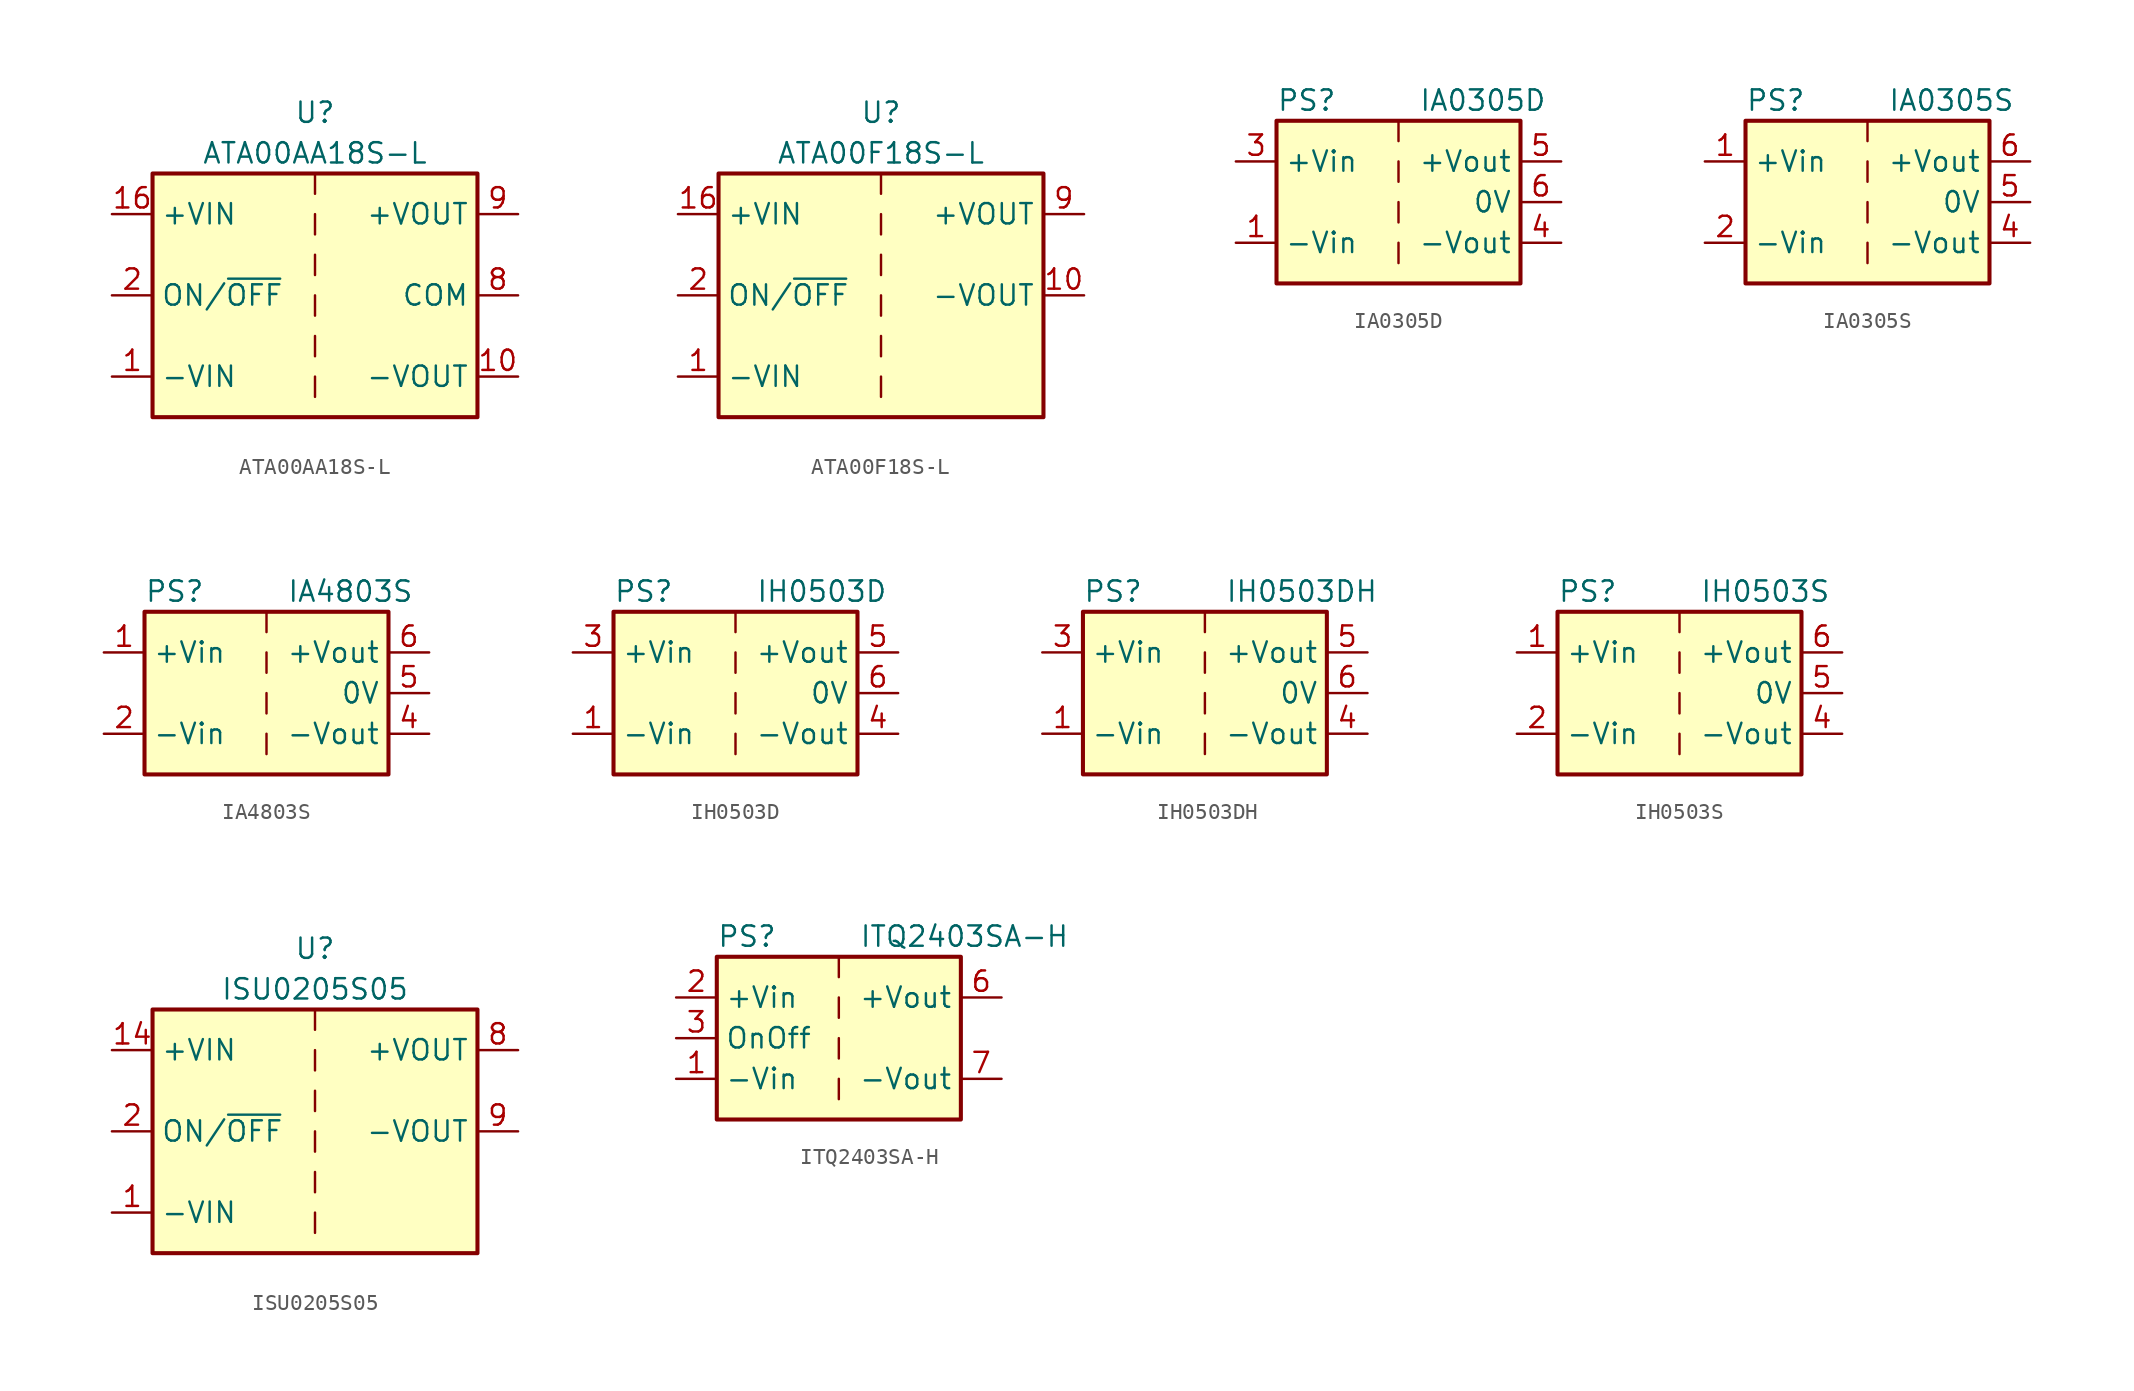
<source format=kicad_sym>
(kicad_symbol_lib
  (version 20200908)
  (generator kicad_symbol_editor)
  (symbol "Converter_DCDC:ATA00AA18S-L"
    (property "Reference" "U"
      (at 0 11.43 0)
      (effects (font (size 1.27 1.27))))
    (property "Value" "ATA00AA18S-L"
      (at 0 8.89 0)
      (effects (font (size 1.27 1.27))))
    (symbol "ATA00AA18S-L_0_1"
      (rectangle (start -10.16 7.62) (end 10.16 -7.62) (stroke (width 0.254)) (fill (type background)))
      (polyline (pts (xy 0 -5.08) (xy 0 -6.35)) (stroke (width 0)) (fill (type none)))
      (polyline (pts (xy 0 -2.54) (xy 0 -3.81)) (stroke (width 0)) (fill (type none)))
      (polyline (pts (xy 0 0) (xy 0 -1.27)) (stroke (width 0)) (fill (type none)))
      (polyline (pts (xy 0 2.54) (xy 0 1.27)) (stroke (width 0)) (fill (type none)))
      (polyline (pts (xy 0 5.08) (xy 0 3.81)) (stroke (width 0)) (fill (type none)))
      (polyline (pts (xy 0 7.62) (xy 0 6.35)) (stroke (width 0)) (fill (type none))))
    (symbol "ATA00AA18S-L_1_1"
      (pin power_in line (at -12.7 -5.08 0) (length 2.54) (name "-VIN" (effects (font (size 1.27 1.27)))) (number "1" (effects (font (size 1.27 1.27)))))
      (pin power_out line (at 12.7 -5.08 180) (length 2.54) (name "-VOUT" (effects (font (size 1.27 1.27)))) (number "10" (effects (font (size 1.27 1.27)))))
      (pin power_in line (at -12.7 5.08 0) (length 2.54) (name "+VIN" (effects (font (size 1.27 1.27)))) (number "16" (effects (font (size 1.27 1.27)))))
      (pin input line (at -12.7 0 0) (length 2.54) (name "ON/~OFF" (effects (font (size 1.27 1.27)))) (number "2" (effects (font (size 1.27 1.27)))))
      (pin unconnected line (at 10.16 2.54 180) (length 2.54) hide (name "NC" (effects (font (size 1.27 1.27)))) (number "7" (effects (font (size 1.27 1.27)))))
      (pin power_out line (at 12.7 0 180) (length 2.54) (name "COM" (effects (font (size 1.27 1.27)))) (number "8" (effects (font (size 1.27 1.27)))))
      (pin power_out line (at 12.7 5.08 180) (length 2.54) (name "+VOUT" (effects (font (size 1.27 1.27)))) (number "9" (effects (font (size 1.27 1.27)))))))
  (symbol "Converter_DCDC:ATA00F18S-L"
    (property "Reference" "U"
      (at 0 11.43 0)
      (effects (font (size 1.27 1.27))))
    (property "Value" "ATA00F18S-L"
      (at 0 8.89 0)
      (effects (font (size 1.27 1.27))))
    (symbol "ATA00F18S-L_0_1"
      (rectangle (start -10.16 7.62) (end 10.16 -7.62) (stroke (width 0.254)) (fill (type background)))
      (polyline (pts (xy 0 -5.08) (xy 0 -6.35)) (stroke (width 0)) (fill (type none)))
      (polyline (pts (xy 0 -2.54) (xy 0 -3.81)) (stroke (width 0)) (fill (type none)))
      (polyline (pts (xy 0 0) (xy 0 -1.27)) (stroke (width 0)) (fill (type none)))
      (polyline (pts (xy 0 2.54) (xy 0 1.27)) (stroke (width 0)) (fill (type none)))
      (polyline (pts (xy 0 5.08) (xy 0 3.81)) (stroke (width 0)) (fill (type none)))
      (polyline (pts (xy 0 7.62) (xy 0 6.35)) (stroke (width 0)) (fill (type none))))
    (symbol "ATA00F18S-L_1_1"
      (pin power_in line (at -12.7 -5.08 0) (length 2.54) (name "-VIN" (effects (font (size 1.27 1.27)))) (number "1" (effects (font (size 1.27 1.27)))))
      (pin power_out line (at 12.7 0 180) (length 2.54) (name "-VOUT" (effects (font (size 1.27 1.27)))) (number "10" (effects (font (size 1.27 1.27)))))
      (pin power_in line (at -12.7 5.08 0) (length 2.54) (name "+VIN" (effects (font (size 1.27 1.27)))) (number "16" (effects (font (size 1.27 1.27)))))
      (pin input line (at -12.7 0 0) (length 2.54) (name "ON/~OFF" (effects (font (size 1.27 1.27)))) (number "2" (effects (font (size 1.27 1.27)))))
      (pin unconnected line (at 10.16 -2.54 180) (length 2.54) hide (name "NC" (effects (font (size 1.27 1.27)))) (number "7" (effects (font (size 1.27 1.27)))))
      (pin unconnected line (at 10.16 -5.08 180) (length 2.54) hide (name "NC" (effects (font (size 1.27 1.27)))) (number "8" (effects (font (size 1.27 1.27)))))
      (pin power_out line (at 12.7 5.08 180) (length 2.54) (name "+VOUT" (effects (font (size 1.27 1.27)))) (number "9" (effects (font (size 1.27 1.27)))))))
  (symbol "Converter_DCDC:IA0305D"
    (property "Reference" "PS"
      (at -7.62 6.35 0)
      (effects (font (size 1.27 1.27)) (justify left)))
    (property "Value" "IA0305D"
      (at 1.27 6.35 0)
      (effects (font (size 1.27 1.27)) (justify left)))
    (symbol "IA0305D_0_1"
      (rectangle (start -7.62 5.08) (end 7.62 -5.08) (stroke (width 0.254)) (fill (type background)))
      (polyline (pts (xy 0 -2.54) (xy 0 -3.81)) (stroke (width 0)) (fill (type none)))
      (polyline (pts (xy 0 0) (xy 0 -1.27)) (stroke (width 0)) (fill (type none)))
      (polyline (pts (xy 0 2.54) (xy 0 1.27)) (stroke (width 0)) (fill (type none)))
      (polyline (pts (xy 0 5.08) (xy 0 3.81)) (stroke (width 0)) (fill (type none))))
    (symbol "IA0305D_0_0"
      (pin power_in line (at -10.16 -2.54 0) (length 2.54) (name "-Vin" (effects (font (size 1.27 1.27)))) (number "1" (effects (font (size 1.27 1.27)))))
      (pin power_in line (at -10.16 2.54 0) (length 2.54) (name "+Vin" (effects (font (size 1.27 1.27)))) (number "3" (effects (font (size 1.27 1.27)))))
      (pin power_out line (at 10.16 -2.54 180) (length 2.54) (name "-Vout" (effects (font (size 1.27 1.27)))) (number "4" (effects (font (size 1.27 1.27)))))
      (pin power_out line (at 10.16 2.54 180) (length 2.54) (name "+Vout" (effects (font (size 1.27 1.27)))) (number "5" (effects (font (size 1.27 1.27)))))
      (pin power_out line (at 10.16 0 180) (length 2.54) (name "0V" (effects (font (size 1.27 1.27)))) (number "6" (effects (font (size 1.27 1.27))))))
    (symbol "IA0305D_1_1"
      (pin unconnected line (at 0 -5.08 90) (length 2.54) hide (name "NC" (effects (font (size 1.27 1.27)))) (number "2" (effects (font (size 1.27 1.27)))))))
  (symbol "Converter_DCDC:IA0305S"
    (property "Reference" "PS"
      (at -7.62 6.35 0)
      (effects (font (size 1.27 1.27)) (justify left)))
    (property "Value" "IA0305S"
      (at 1.27 6.35 0)
      (effects (font (size 1.27 1.27)) (justify left)))
    (symbol "IA0305S_0_1"
      (rectangle (start -7.62 5.08) (end 7.62 -5.08) (stroke (width 0.254)) (fill (type background)))
      (polyline (pts (xy 0 -2.54) (xy 0 -3.81)) (stroke (width 0)) (fill (type none)))
      (polyline (pts (xy 0 0) (xy 0 -1.27)) (stroke (width 0)) (fill (type none)))
      (polyline (pts (xy 0 2.54) (xy 0 1.27)) (stroke (width 0)) (fill (type none)))
      (polyline (pts (xy 0 5.08) (xy 0 3.81)) (stroke (width 0)) (fill (type none))))
    (symbol "IA0305S_0_0"
      (pin power_in line (at -10.16 2.54 0) (length 2.54) (name "+Vin" (effects (font (size 1.27 1.27)))) (number "1" (effects (font (size 1.27 1.27)))))
      (pin power_in line (at -10.16 -2.54 0) (length 2.54) (name "-Vin" (effects (font (size 1.27 1.27)))) (number "2" (effects (font (size 1.27 1.27)))))
      (pin power_out line (at 10.16 -2.54 180) (length 2.54) (name "-Vout" (effects (font (size 1.27 1.27)))) (number "4" (effects (font (size 1.27 1.27)))))
      (pin power_out line (at 10.16 0 180) (length 2.54) (name "0V" (effects (font (size 1.27 1.27)))) (number "5" (effects (font (size 1.27 1.27)))))
      (pin power_out line (at 10.16 2.54 180) (length 2.54) (name "+Vout" (effects (font (size 1.27 1.27)))) (number "6" (effects (font (size 1.27 1.27)))))))
  (symbol "Converter_DCDC:IA4803S"
    (property "Reference" "PS"
      (at -7.62 6.35 0)
      (effects (font (size 1.27 1.27)) (justify left)))
    (property "Value" "IA4803S"
      (at 1.27 6.35 0)
      (effects (font (size 1.27 1.27)) (justify left)))
    (symbol "IA4803S_0_1"
      (rectangle (start -7.62 5.08) (end 7.62 -5.08) (stroke (width 0.254)) (fill (type background)))
      (polyline (pts (xy 0 -2.54) (xy 0 -3.81)) (stroke (width 0)) (fill (type none)))
      (polyline (pts (xy 0 0) (xy 0 -1.27)) (stroke (width 0)) (fill (type none)))
      (polyline (pts (xy 0 2.54) (xy 0 1.27)) (stroke (width 0)) (fill (type none)))
      (polyline (pts (xy 0 5.08) (xy 0 3.81)) (stroke (width 0)) (fill (type none))))
    (symbol "IA4803S_0_0"
      (pin power_in line (at -10.16 2.54 0) (length 2.54) (name "+Vin" (effects (font (size 1.27 1.27)))) (number "1" (effects (font (size 1.27 1.27)))))
      (pin power_in line (at -10.16 -2.54 0) (length 2.54) (name "-Vin" (effects (font (size 1.27 1.27)))) (number "2" (effects (font (size 1.27 1.27)))))
      (pin power_out line (at 10.16 -2.54 180) (length 2.54) (name "-Vout" (effects (font (size 1.27 1.27)))) (number "4" (effects (font (size 1.27 1.27)))))
      (pin power_out line (at 10.16 0 180) (length 2.54) (name "0V" (effects (font (size 1.27 1.27)))) (number "5" (effects (font (size 1.27 1.27)))))
      (pin power_out line (at 10.16 2.54 180) (length 2.54) (name "+Vout" (effects (font (size 1.27 1.27)))) (number "6" (effects (font (size 1.27 1.27)))))))
  (symbol "Converter_DCDC:IH0503D"
    (property "Reference" "PS"
      (at -7.62 6.35 0)
      (effects (font (size 1.27 1.27)) (justify left)))
    (property "Value" "IH0503D"
      (at 1.27 6.35 0)
      (effects (font (size 1.27 1.27)) (justify left)))
    (symbol "IH0503D_0_1"
      (rectangle (start -7.62 5.08) (end 7.62 -5.08) (stroke (width 0.254)) (fill (type background)))
      (polyline (pts (xy 0 -2.54) (xy 0 -3.81)) (stroke (width 0)) (fill (type none)))
      (polyline (pts (xy 0 0) (xy 0 -1.27)) (stroke (width 0)) (fill (type none)))
      (polyline (pts (xy 0 2.54) (xy 0 1.27)) (stroke (width 0)) (fill (type none)))
      (polyline (pts (xy 0 5.08) (xy 0 3.81)) (stroke (width 0)) (fill (type none))))
    (symbol "IH0503D_0_0"
      (pin power_in line (at -10.16 -2.54 0) (length 2.54) (name "-Vin" (effects (font (size 1.27 1.27)))) (number "1" (effects (font (size 1.27 1.27)))))
      (pin power_in line (at -10.16 2.54 0) (length 2.54) (name "+Vin" (effects (font (size 1.27 1.27)))) (number "3" (effects (font (size 1.27 1.27)))))
      (pin power_out line (at 10.16 -2.54 180) (length 2.54) (name "-Vout" (effects (font (size 1.27 1.27)))) (number "4" (effects (font (size 1.27 1.27)))))
      (pin power_out line (at 10.16 2.54 180) (length 2.54) (name "+Vout" (effects (font (size 1.27 1.27)))) (number "5" (effects (font (size 1.27 1.27)))))
      (pin power_out line (at 10.16 0 180) (length 2.54) (name "0V" (effects (font (size 1.27 1.27)))) (number "6" (effects (font (size 1.27 1.27))))))
    (symbol "IH0503D_1_1"
      (pin unconnected line (at 0 -5.08 90) (length 2.54) hide (name "NC" (effects (font (size 1.27 1.27)))) (number "2" (effects (font (size 1.27 1.27)))))))
  (symbol "Converter_DCDC:IH0503DH"
    (property "Reference" "PS"
      (at -7.62 6.35 0)
      (effects (font (size 1.27 1.27)) (justify left)))
    (property "Value" "IH0503DH"
      (at 1.27 6.35 0)
      (effects (font (size 1.27 1.27)) (justify left)))
    (symbol "IH0503DH_0_1"
      (rectangle (start -7.62 5.08) (end 7.62 -5.08) (stroke (width 0.254)) (fill (type background)))
      (polyline (pts (xy 0 -2.54) (xy 0 -3.81)) (stroke (width 0)) (fill (type none)))
      (polyline (pts (xy 0 0) (xy 0 -1.27)) (stroke (width 0)) (fill (type none)))
      (polyline (pts (xy 0 2.54) (xy 0 1.27)) (stroke (width 0)) (fill (type none)))
      (polyline (pts (xy 0 5.08) (xy 0 3.81)) (stroke (width 0)) (fill (type none))))
    (symbol "IH0503DH_0_0"
      (pin power_in line (at -10.16 -2.54 0) (length 2.54) (name "-Vin" (effects (font (size 1.27 1.27)))) (number "1" (effects (font (size 1.27 1.27)))))
      (pin power_in line (at -10.16 2.54 0) (length 2.54) (name "+Vin" (effects (font (size 1.27 1.27)))) (number "3" (effects (font (size 1.27 1.27)))))
      (pin power_out line (at 10.16 -2.54 180) (length 2.54) (name "-Vout" (effects (font (size 1.27 1.27)))) (number "4" (effects (font (size 1.27 1.27)))))
      (pin power_out line (at 10.16 2.54 180) (length 2.54) (name "+Vout" (effects (font (size 1.27 1.27)))) (number "5" (effects (font (size 1.27 1.27)))))
      (pin power_out line (at 10.16 0 180) (length 2.54) (name "0V" (effects (font (size 1.27 1.27)))) (number "6" (effects (font (size 1.27 1.27))))))
    (symbol "IH0503DH_1_1"
      (pin unconnected line (at 0 -5.08 90) (length 2.54) hide (name "NC" (effects (font (size 1.27 1.27)))) (number "2" (effects (font (size 1.27 1.27)))))))
  (symbol "Converter_DCDC:IH0503S"
    (property "Reference" "PS"
      (at -7.62 6.35 0)
      (effects (font (size 1.27 1.27)) (justify left)))
    (property "Value" "IH0503S"
      (at 1.27 6.35 0)
      (effects (font (size 1.27 1.27)) (justify left)))
    (symbol "IH0503S_0_1"
      (rectangle (start -7.62 5.08) (end 7.62 -5.08) (stroke (width 0.254)) (fill (type background)))
      (polyline (pts (xy 0 -2.54) (xy 0 -3.81)) (stroke (width 0)) (fill (type none)))
      (polyline (pts (xy 0 0) (xy 0 -1.27)) (stroke (width 0)) (fill (type none)))
      (polyline (pts (xy 0 2.54) (xy 0 1.27)) (stroke (width 0)) (fill (type none)))
      (polyline (pts (xy 0 5.08) (xy 0 3.81)) (stroke (width 0)) (fill (type none))))
    (symbol "IH0503S_0_0"
      (pin power_in line (at -10.16 2.54 0) (length 2.54) (name "+Vin" (effects (font (size 1.27 1.27)))) (number "1" (effects (font (size 1.27 1.27)))))
      (pin power_in line (at -10.16 -2.54 0) (length 2.54) (name "-Vin" (effects (font (size 1.27 1.27)))) (number "2" (effects (font (size 1.27 1.27)))))
      (pin power_out line (at 10.16 -2.54 180) (length 2.54) (name "-Vout" (effects (font (size 1.27 1.27)))) (number "4" (effects (font (size 1.27 1.27)))))
      (pin power_out line (at 10.16 0 180) (length 2.54) (name "0V" (effects (font (size 1.27 1.27)))) (number "5" (effects (font (size 1.27 1.27)))))
      (pin power_out line (at 10.16 2.54 180) (length 2.54) (name "+Vout" (effects (font (size 1.27 1.27)))) (number "6" (effects (font (size 1.27 1.27)))))))
  (symbol "Converter_DCDC:ISU0205S05"
    (property "Reference" "U"
      (at 0 11.43 0)
      (effects (font (size 1.27 1.27))))
    (property "Value" "ISU0205S05"
      (at 0 8.89 0)
      (effects (font (size 1.27 1.27))))
    (symbol "ISU0205S05_0_1"
      (rectangle (start -10.16 7.62) (end 10.16 -7.62) (stroke (width 0.254)) (fill (type background)))
      (polyline (pts (xy 0 -5.08) (xy 0 -6.35)) (stroke (width 0)) (fill (type none)))
      (polyline (pts (xy 0 -2.54) (xy 0 -3.81)) (stroke (width 0)) (fill (type none)))
      (polyline (pts (xy 0 0) (xy 0 -1.27)) (stroke (width 0)) (fill (type none)))
      (polyline (pts (xy 0 2.54) (xy 0 1.27)) (stroke (width 0)) (fill (type none)))
      (polyline (pts (xy 0 5.08) (xy 0 3.81)) (stroke (width 0)) (fill (type none)))
      (polyline (pts (xy 0 7.62) (xy 0 6.35)) (stroke (width 0)) (fill (type none))))
    (symbol "ISU0205S05_1_1"
      (pin power_in line (at -12.7 -5.08 0) (length 2.54) (name "-VIN" (effects (font (size 1.27 1.27)))) (number "1" (effects (font (size 1.27 1.27)))))
      (pin power_in line (at -12.7 5.08 0) (length 2.54) (name "+VIN" (effects (font (size 1.27 1.27)))) (number "14" (effects (font (size 1.27 1.27)))))
      (pin input line (at -12.7 0 0) (length 2.54) (name "ON/~OFF" (effects (font (size 1.27 1.27)))) (number "2" (effects (font (size 1.27 1.27)))))
      (pin unconnected line (at 10.16 -2.54 180) (length 2.54) hide (name "NC" (effects (font (size 1.27 1.27)))) (number "6" (effects (font (size 1.27 1.27)))))
      (pin unconnected line (at 10.16 -5.08 180) (length 2.54) hide (name "NC" (effects (font (size 1.27 1.27)))) (number "7" (effects (font (size 1.27 1.27)))))
      (pin power_out line (at 12.7 5.08 180) (length 2.54) (name "+VOUT" (effects (font (size 1.27 1.27)))) (number "8" (effects (font (size 1.27 1.27)))))
      (pin power_out line (at 12.7 0 180) (length 2.54) (name "-VOUT" (effects (font (size 1.27 1.27)))) (number "9" (effects (font (size 1.27 1.27)))))))
  (symbol "Converter_DCDC:ITQ2403SA-H"
    (property "Reference" "PS"
      (at -7.62 6.35 0)
      (effects (font (size 1.27 1.27)) (justify left)))
    (property "Value" "ITQ2403SA-H"
      (at 1.27 6.35 0)
      (effects (font (size 1.27 1.27)) (justify left)))
    (symbol "ITQ2403SA-H_0_1"
      (rectangle (start -7.62 5.08) (end 7.62 -5.08) (stroke (width 0.254)) (fill (type background)))
      (polyline (pts (xy 0 -2.54) (xy 0 -3.81)) (stroke (width 0)) (fill (type none)))
      (polyline (pts (xy 0 0) (xy 0 -1.27)) (stroke (width 0)) (fill (type none)))
      (polyline (pts (xy 0 2.54) (xy 0 1.27)) (stroke (width 0)) (fill (type none)))
      (polyline (pts (xy 0 5.08) (xy 0 3.81)) (stroke (width 0)) (fill (type none))))
    (symbol "ITQ2403SA-H_0_0"
      (pin power_in line (at -10.16 -2.54 0) (length 2.54) (name "-Vin" (effects (font (size 1.27 1.27)))) (number "1" (effects (font (size 1.27 1.27)))))
      (pin power_in line (at -10.16 2.54 0) (length 2.54) (name "+Vin" (effects (font (size 1.27 1.27)))) (number "2" (effects (font (size 1.27 1.27)))))
      (pin input line (at -10.16 0 0) (length 2.54) (name "OnOff" (effects (font (size 1.27 1.27)))) (number "3" (effects (font (size 1.27 1.27)))))
      (pin power_out line (at 10.16 2.54 180) (length 2.54) (name "+Vout" (effects (font (size 1.27 1.27)))) (number "6" (effects (font (size 1.27 1.27)))))
      (pin power_out line (at 10.16 -2.54 180) (length 2.54) (name "-Vout" (effects (font (size 1.27 1.27)))) (number "7" (effects (font (size 1.27 1.27)))))
      (pin unconnected line (at 7.62 0 180) (length 2.54) hide (name "NC" (effects (font (size 1.27 1.27)))) (number "8" (effects (font (size 1.27 1.27))))))))
</source>
